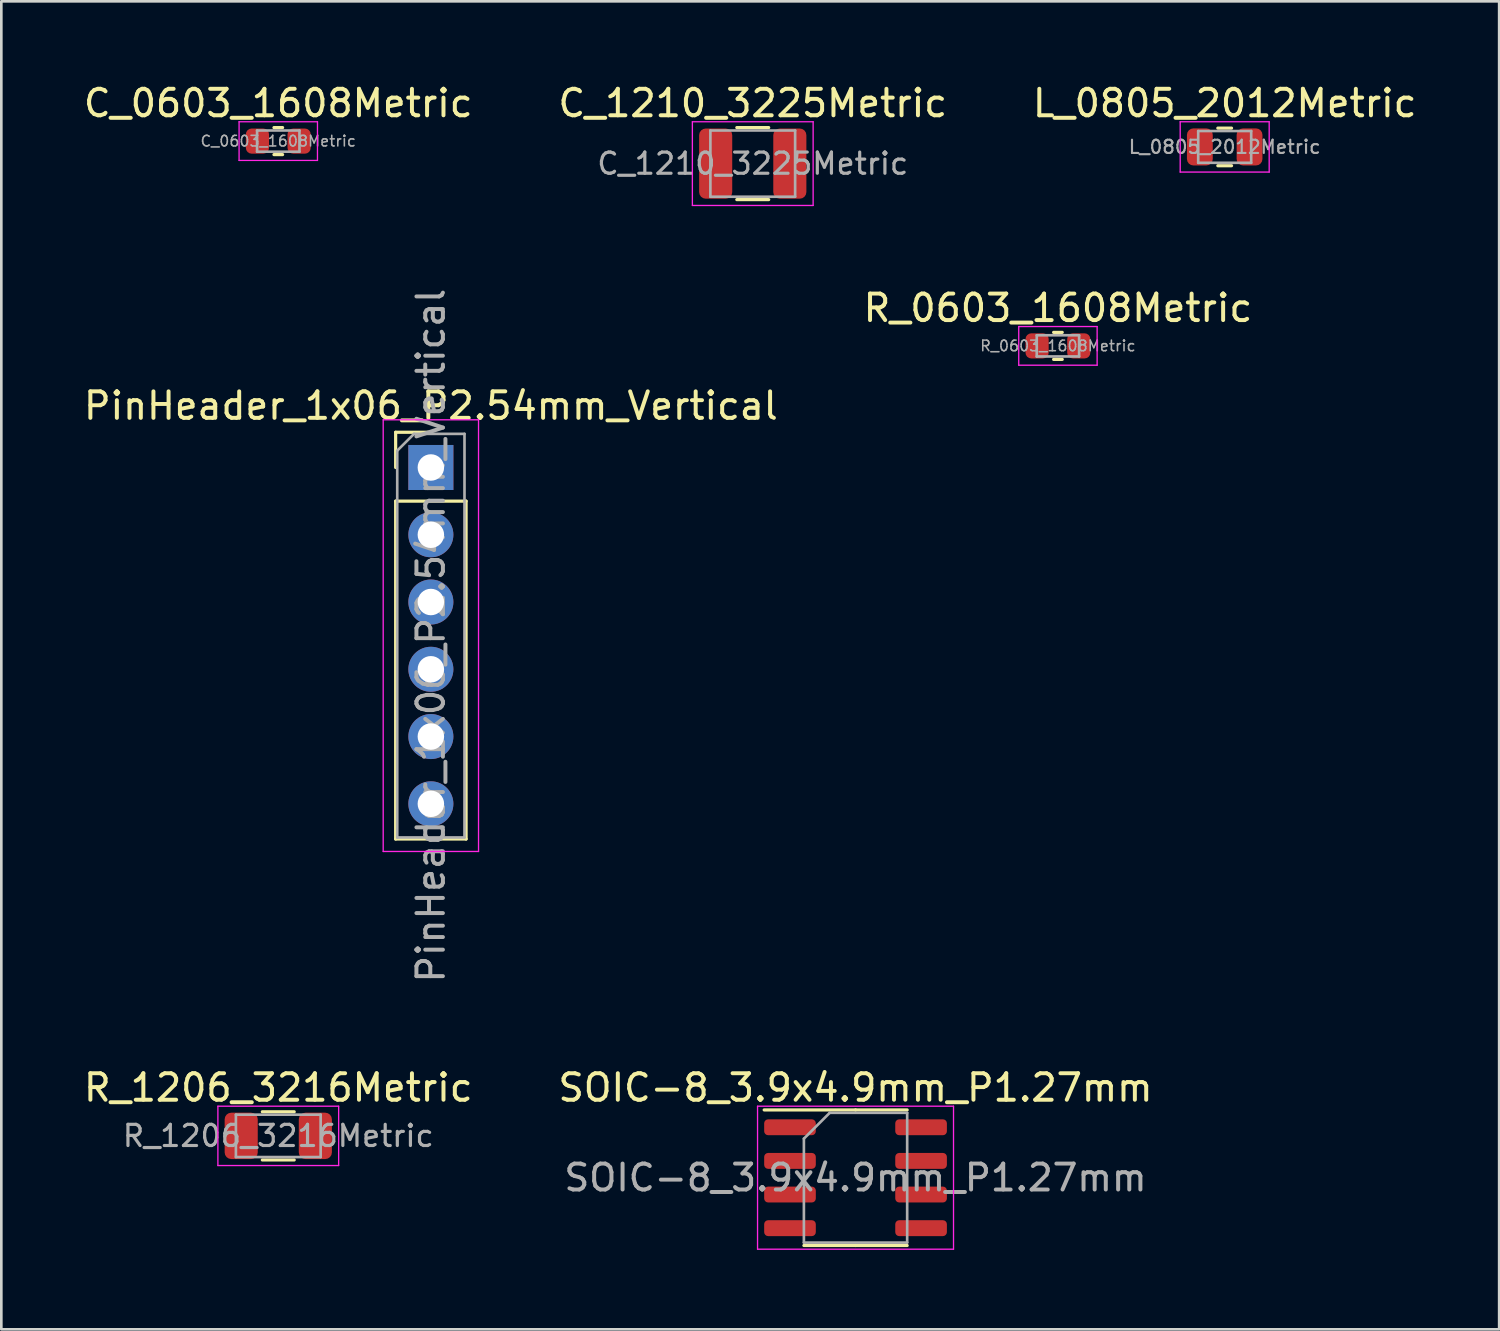
<source format=kicad_pcb>
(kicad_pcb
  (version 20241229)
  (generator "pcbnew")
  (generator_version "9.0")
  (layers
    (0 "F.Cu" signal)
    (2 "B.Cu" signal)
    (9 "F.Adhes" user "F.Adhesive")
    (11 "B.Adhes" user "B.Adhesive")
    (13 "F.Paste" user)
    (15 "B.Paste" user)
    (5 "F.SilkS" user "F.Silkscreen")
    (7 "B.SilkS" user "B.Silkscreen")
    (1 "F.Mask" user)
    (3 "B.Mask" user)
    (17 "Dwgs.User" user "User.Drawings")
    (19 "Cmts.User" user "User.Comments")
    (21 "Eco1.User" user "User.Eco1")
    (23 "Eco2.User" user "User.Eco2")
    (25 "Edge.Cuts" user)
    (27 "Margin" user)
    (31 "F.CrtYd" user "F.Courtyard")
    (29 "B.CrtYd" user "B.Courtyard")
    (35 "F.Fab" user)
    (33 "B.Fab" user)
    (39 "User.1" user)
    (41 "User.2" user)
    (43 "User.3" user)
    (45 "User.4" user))
  (footprint "PinHeader_1x06_P2.54mm_Vertical"
    (layer "F.Cu")
    (at 13.22 14.603)
    (property "Reference" "PinHeader_1x06_P2.54mm_Vertical" (at 0 -2.33 0) (layer "F.SilkS") (effects (font (size 1 1) (thickness 0.15))))
    (attr through_hole)
    (fp_line (start -1.33 -1.33) (end 0 -1.33) (stroke (width 0.12) (type solid)) (layer "F.SilkS"))
    (fp_line (start -1.33 0) (end -1.33 -1.33) (stroke (width 0.12) (type solid)) (layer "F.SilkS"))
    (fp_line (start -1.33 1.27) (end -1.33 14.03) (stroke (width 0.12) (type solid)) (layer "F.SilkS"))
    (fp_line (start -1.33 1.27) (end 1.33 1.27) (stroke (width 0.12) (type solid)) (layer "F.SilkS"))
    (fp_line (start -1.33 14.03) (end 1.33 14.03) (stroke (width 0.12) (type solid)) (layer "F.SilkS"))
    (fp_line (start 1.33 1.27) (end 1.33 14.03) (stroke (width 0.12) (type solid)) (layer "F.SilkS"))
    (fp_line (start -1.8 -1.8) (end -1.8 14.5) (stroke (width 0.05) (type solid)) (layer "F.CrtYd"))
    (fp_line (start -1.8 14.5) (end 1.8 14.5) (stroke (width 0.05) (type solid)) (layer "F.CrtYd"))
    (fp_line (start 1.8 -1.8) (end -1.8 -1.8) (stroke (width 0.05) (type solid)) (layer "F.CrtYd"))
    (fp_line (start 1.8 14.5) (end 1.8 -1.8) (stroke (width 0.05) (type solid)) (layer "F.CrtYd"))
    (fp_line (start -1.27 -0.635) (end -0.635 -1.27) (stroke (width 0.1) (type solid)) (layer "F.Fab"))
    (fp_line (start -1.27 13.97) (end -1.27 -0.635) (stroke (width 0.1) (type solid)) (layer "F.Fab"))
    (fp_line (start -0.635 -1.27) (end 1.27 -1.27) (stroke (width 0.1) (type solid)) (layer "F.Fab"))
    (fp_line (start 1.27 -1.27) (end 1.27 13.97) (stroke (width 0.1) (type solid)) (layer "F.Fab"))
    (fp_line (start 1.27 13.97) (end -1.27 13.97) (stroke (width 0.1) (type solid)) (layer "F.Fab"))
    (fp_text user "${REFERENCE}" (at 0 6.35 90) (layer "F.Fab") (effects (font (size 1 1) (thickness 0.15))))
    (pad "1" thru_hole rect (at 0 0 180) (size 1.7 1.7) (drill 1) (layers "*.Cu" "*.Mask"))
    (pad "2" thru_hole oval (at 0 2.54 180) (size 1.7 1.7) (drill 1) (layers "*.Cu" "*.Mask"))
    (pad "3" thru_hole oval (at 0 5.08 180) (size 1.7 1.7) (drill 1) (layers "*.Cu" "*.Mask"))
    (pad "4" thru_hole oval (at 0 7.62 180) (size 1.7 1.7) (drill 1) (layers "*.Cu" "*.Mask"))
    (pad "5" thru_hole oval (at 0 10.16 180) (size 1.7 1.7) (drill 1) (layers "*.Cu" "*.Mask"))
    (pad "6" thru_hole oval (at 0 12.7 180) (size 1.7 1.7) (drill 1) (layers "*.Cu" "*.Mask")))
  (footprint "SOIC-8_3.9x4.9mm_P1.27mm"
    (layer "F.Cu")
    (at 29.256 41.422)
    (property "Reference" "SOIC-8_3.9x4.9mm_P1.27mm" (at 0 -3.4 0) (layer "F.SilkS") (effects (font (size 1 1) (thickness 0.15))))
    (attr smd)
    (fp_line (start 0 -2.56) (end -3.45 -2.56) (stroke (width 0.12) (type solid)) (layer "F.SilkS"))
    (fp_line (start 0 -2.56) (end 1.95 -2.56) (stroke (width 0.12) (type solid)) (layer "F.SilkS"))
    (fp_line (start 0 2.56) (end -1.95 2.56) (stroke (width 0.12) (type solid)) (layer "F.SilkS"))
    (fp_line (start 0 2.56) (end 1.95 2.56) (stroke (width 0.12) (type solid)) (layer "F.SilkS"))
    (fp_line (start -3.7 -2.7) (end -3.7 2.7) (stroke (width 0.05) (type solid)) (layer "F.CrtYd"))
    (fp_line (start -3.7 2.7) (end 3.7 2.7) (stroke (width 0.05) (type solid)) (layer "F.CrtYd"))
    (fp_line (start 3.7 -2.7) (end -3.7 -2.7) (stroke (width 0.05) (type solid)) (layer "F.CrtYd"))
    (fp_line (start 3.7 2.7) (end 3.7 -2.7) (stroke (width 0.05) (type solid)) (layer "F.CrtYd"))
    (fp_line (start -1.95 -1.475) (end -0.975 -2.45) (stroke (width 0.1) (type solid)) (layer "F.Fab"))
    (fp_line (start -1.95 2.45) (end -1.95 -1.475) (stroke (width 0.1) (type solid)) (layer "F.Fab"))
    (fp_line (start -0.975 -2.45) (end 1.95 -2.45) (stroke (width 0.1) (type solid)) (layer "F.Fab"))
    (fp_line (start 1.95 -2.45) (end 1.95 2.45) (stroke (width 0.1) (type solid)) (layer "F.Fab"))
    (fp_line (start 1.95 2.45) (end -1.95 2.45) (stroke (width 0.1) (type solid)) (layer "F.Fab"))
    (fp_text user "${REFERENCE}" (at 0 0 0) (layer "F.Fab") (effects (font (size 0.98 0.98) (thickness 0.15))))
    (pad "1" smd roundrect (at -2.475 -1.905) (size 1.95 0.6) (layers "F.Cu" "F.Mask" "F.Paste") (roundrect_rratio 0.25))
    (pad "2" smd roundrect (at -2.475 -0.635) (size 1.95 0.6) (layers "F.Cu" "F.Mask" "F.Paste") (roundrect_rratio 0.25))
    (pad "3" smd roundrect (at -2.475 0.635) (size 1.95 0.6) (layers "F.Cu" "F.Mask" "F.Paste") (roundrect_rratio 0.25))
    (pad "4" smd roundrect (at -2.475 1.905) (size 1.95 0.6) (layers "F.Cu" "F.Mask" "F.Paste") (roundrect_rratio 0.25))
    (pad "5" smd roundrect (at 2.475 1.905) (size 1.95 0.6) (layers "F.Cu" "F.Mask" "F.Paste") (roundrect_rratio 0.25))
    (pad "6" smd roundrect (at 2.475 0.635) (size 1.95 0.6) (layers "F.Cu" "F.Mask" "F.Paste") (roundrect_rratio 0.25))
    (pad "7" smd roundrect (at 2.475 -0.635) (size 1.95 0.6) (layers "F.Cu" "F.Mask" "F.Paste") (roundrect_rratio 0.25))
    (pad "8" smd roundrect (at 2.475 -1.905) (size 1.95 0.6) (layers "F.Cu" "F.Mask" "F.Paste") (roundrect_rratio 0.25)))
  (footprint "C_0603_1608Metric"
    (layer "F.Cu")
    (at 7.458 2.278)
    (property "Reference" "C_0603_1608Metric" (at 0 -1.43 0) (layer "F.SilkS") (effects (font (size 1 1) (thickness 0.15))))
    (attr smd)
    (fp_line (start -0.163 -0.51) (end 0.163 -0.51) (stroke (width 0.12) (type solid)) (layer "F.SilkS"))
    (fp_line (start -0.163 0.51) (end 0.163 0.51) (stroke (width 0.12) (type solid)) (layer "F.SilkS"))
    (fp_line (start -1.48 -0.73) (end 1.48 -0.73) (stroke (width 0.05) (type solid)) (layer "F.CrtYd"))
    (fp_line (start -1.48 0.73) (end -1.48 -0.73) (stroke (width 0.05) (type solid)) (layer "F.CrtYd"))
    (fp_line (start 1.48 -0.73) (end 1.48 0.73) (stroke (width 0.05) (type solid)) (layer "F.CrtYd"))
    (fp_line (start 1.48 0.73) (end -1.48 0.73) (stroke (width 0.05) (type solid)) (layer "F.CrtYd"))
    (fp_line (start -0.8 -0.4) (end 0.8 -0.4) (stroke (width 0.1) (type solid)) (layer "F.Fab"))
    (fp_line (start -0.8 0.4) (end -0.8 -0.4) (stroke (width 0.1) (type solid)) (layer "F.Fab"))
    (fp_line (start 0.8 -0.4) (end 0.8 0.4) (stroke (width 0.1) (type solid)) (layer "F.Fab"))
    (fp_line (start 0.8 0.4) (end -0.8 0.4) (stroke (width 0.1) (type solid)) (layer "F.Fab"))
    (fp_text user "${REFERENCE}" (at 0 0 0) (layer "F.Fab") (effects (font (size 0.4 0.4) (thickness 0.06))))
    (pad "1" smd roundrect (at -0.787 0) (size 0.875 0.95) (layers "F.Cu" "F.Mask" "F.Paste") (roundrect_rratio 0.25))
    (pad "2" smd roundrect (at 0.787 0) (size 0.875 0.95) (layers "F.Cu" "F.Mask" "F.Paste") (roundrect_rratio 0.25)))
  (footprint "C_1210_3225Metric"
    (layer "F.Cu")
    (at 25.375 3.128)
    (property "Reference" "C_1210_3225Metric" (at 0 -2.28 0) (layer "F.SilkS") (effects (font (size 1 1) (thickness 0.15))))
    (attr smd)
    (fp_line (start -0.602 -1.36) (end 0.602 -1.36) (stroke (width 0.12) (type solid)) (layer "F.SilkS"))
    (fp_line (start -0.602 1.36) (end 0.602 1.36) (stroke (width 0.12) (type solid)) (layer "F.SilkS"))
    (fp_line (start -2.28 -1.58) (end 2.28 -1.58) (stroke (width 0.05) (type solid)) (layer "F.CrtYd"))
    (fp_line (start -2.28 1.58) (end -2.28 -1.58) (stroke (width 0.05) (type solid)) (layer "F.CrtYd"))
    (fp_line (start 2.28 -1.58) (end 2.28 1.58) (stroke (width 0.05) (type solid)) (layer "F.CrtYd"))
    (fp_line (start 2.28 1.58) (end -2.28 1.58) (stroke (width 0.05) (type solid)) (layer "F.CrtYd"))
    (fp_line (start -1.6 -1.25) (end 1.6 -1.25) (stroke (width 0.1) (type solid)) (layer "F.Fab"))
    (fp_line (start -1.6 1.25) (end -1.6 -1.25) (stroke (width 0.1) (type solid)) (layer "F.Fab"))
    (fp_line (start 1.6 -1.25) (end 1.6 1.25) (stroke (width 0.1) (type solid)) (layer "F.Fab"))
    (fp_line (start 1.6 1.25) (end -1.6 1.25) (stroke (width 0.1) (type solid)) (layer "F.Fab"))
    (fp_text user "${REFERENCE}" (at 0 0 0) (layer "F.Fab") (effects (font (size 0.8 0.8) (thickness 0.12))))
    (pad "1" smd roundrect (at -1.4 0) (size 1.25 2.65) (layers "F.Cu" "F.Mask" "F.Paste") (roundrect_rratio 0.2))
    (pad "2" smd roundrect (at 1.4 0) (size 1.25 2.65) (layers "F.Cu" "F.Mask" "F.Paste") (roundrect_rratio 0.2)))
  (footprint "R_0603_1608Metric"
    (layer "F.Cu")
    (at 36.899 10.011)
    (property "Reference" "R_0603_1608Metric" (at 0 -1.43 0) (layer "F.SilkS") (effects (font (size 1 1) (thickness 0.15))))
    (attr smd)
    (fp_line (start -0.163 -0.51) (end 0.163 -0.51) (stroke (width 0.12) (type solid)) (layer "F.SilkS"))
    (fp_line (start -0.163 0.51) (end 0.163 0.51) (stroke (width 0.12) (type solid)) (layer "F.SilkS"))
    (fp_line (start -1.48 -0.73) (end 1.48 -0.73) (stroke (width 0.05) (type solid)) (layer "F.CrtYd"))
    (fp_line (start -1.48 0.73) (end -1.48 -0.73) (stroke (width 0.05) (type solid)) (layer "F.CrtYd"))
    (fp_line (start 1.48 -0.73) (end 1.48 0.73) (stroke (width 0.05) (type solid)) (layer "F.CrtYd"))
    (fp_line (start 1.48 0.73) (end -1.48 0.73) (stroke (width 0.05) (type solid)) (layer "F.CrtYd"))
    (fp_line (start -0.8 -0.4) (end 0.8 -0.4) (stroke (width 0.1) (type solid)) (layer "F.Fab"))
    (fp_line (start -0.8 0.4) (end -0.8 -0.4) (stroke (width 0.1) (type solid)) (layer "F.Fab"))
    (fp_line (start 0.8 -0.4) (end 0.8 0.4) (stroke (width 0.1) (type solid)) (layer "F.Fab"))
    (fp_line (start 0.8 0.4) (end -0.8 0.4) (stroke (width 0.1) (type solid)) (layer "F.Fab"))
    (fp_text user "${REFERENCE}" (at 0 0 0) (layer "F.Fab") (effects (font (size 0.4 0.4) (thickness 0.06))))
    (pad "1" smd roundrect (at -0.787 0) (size 0.875 0.95) (layers "F.Cu" "F.Mask" "F.Paste") (roundrect_rratio 0.25))
    (pad "2" smd roundrect (at 0.787 0) (size 0.875 0.95) (layers "F.Cu" "F.Mask" "F.Paste") (roundrect_rratio 0.25)))
  (footprint "R_1206_3216Metric"
    (layer "F.Cu")
    (at 7.458 39.842)
    (property "Reference" "R_1206_3216Metric" (at 0 -1.82 0) (layer "F.SilkS") (effects (font (size 1 1) (thickness 0.15))))
    (attr smd)
    (fp_line (start -0.602 -0.91) (end 0.602 -0.91) (stroke (width 0.12) (type solid)) (layer "F.SilkS"))
    (fp_line (start -0.602 0.91) (end 0.602 0.91) (stroke (width 0.12) (type solid)) (layer "F.SilkS"))
    (fp_line (start -2.28 -1.12) (end 2.28 -1.12) (stroke (width 0.05) (type solid)) (layer "F.CrtYd"))
    (fp_line (start -2.28 1.12) (end -2.28 -1.12) (stroke (width 0.05) (type solid)) (layer "F.CrtYd"))
    (fp_line (start 2.28 -1.12) (end 2.28 1.12) (stroke (width 0.05) (type solid)) (layer "F.CrtYd"))
    (fp_line (start 2.28 1.12) (end -2.28 1.12) (stroke (width 0.05) (type solid)) (layer "F.CrtYd"))
    (fp_line (start -1.6 -0.8) (end 1.6 -0.8) (stroke (width 0.1) (type solid)) (layer "F.Fab"))
    (fp_line (start -1.6 0.8) (end -1.6 -0.8) (stroke (width 0.1) (type solid)) (layer "F.Fab"))
    (fp_line (start 1.6 -0.8) (end 1.6 0.8) (stroke (width 0.1) (type solid)) (layer "F.Fab"))
    (fp_line (start 1.6 0.8) (end -1.6 0.8) (stroke (width 0.1) (type solid)) (layer "F.Fab"))
    (fp_text user "${REFERENCE}" (at 0 0 0) (layer "F.Fab") (effects (font (size 0.8 0.8) (thickness 0.12))))
    (pad "1" smd roundrect (at -1.4 0) (size 1.25 1.75) (layers "F.Cu" "F.Mask" "F.Paste") (roundrect_rratio 0.2))
    (pad "2" smd roundrect (at 1.4 0) (size 1.25 1.75) (layers "F.Cu" "F.Mask" "F.Paste") (roundrect_rratio 0.2)))
  (footprint "L_0805_2012Metric"
    (layer "F.Cu")
    (at 43.196 2.498)
    (property "Reference" "L_0805_2012Metric" (at 0 -1.65 0) (layer "F.SilkS") (effects (font (size 1 1) (thickness 0.15))))
    (attr smd)
    (fp_line (start -0.259 -0.71) (end 0.259 -0.71) (stroke (width 0.12) (type solid)) (layer "F.SilkS"))
    (fp_line (start -0.259 0.71) (end 0.259 0.71) (stroke (width 0.12) (type solid)) (layer "F.SilkS"))
    (fp_line (start -1.68 -0.95) (end 1.68 -0.95) (stroke (width 0.05) (type solid)) (layer "F.CrtYd"))
    (fp_line (start -1.68 0.95) (end -1.68 -0.95) (stroke (width 0.05) (type solid)) (layer "F.CrtYd"))
    (fp_line (start 1.68 -0.95) (end 1.68 0.95) (stroke (width 0.05) (type solid)) (layer "F.CrtYd"))
    (fp_line (start 1.68 0.95) (end -1.68 0.95) (stroke (width 0.05) (type solid)) (layer "F.CrtYd"))
    (fp_line (start -1 -0.6) (end 1 -0.6) (stroke (width 0.1) (type solid)) (layer "F.Fab"))
    (fp_line (start -1 0.6) (end -1 -0.6) (stroke (width 0.1) (type solid)) (layer "F.Fab"))
    (fp_line (start 1 -0.6) (end 1 0.6) (stroke (width 0.1) (type solid)) (layer "F.Fab"))
    (fp_line (start 1 0.6) (end -1 0.6) (stroke (width 0.1) (type solid)) (layer "F.Fab"))
    (fp_text user "${REFERENCE}" (at 0 0 0) (layer "F.Fab") (effects (font (size 0.5 0.5) (thickness 0.08))))
    (pad "1" smd roundrect (at -0.938 0) (size 0.975 1.4) (layers "F.Cu" "F.Mask" "F.Paste") (roundrect_rratio 0.25))
    (pad "2" smd roundrect (at 0.938 0) (size 0.975 1.4) (layers "F.Cu" "F.Mask" "F.Paste") (roundrect_rratio 0.25)))
  (gr_rect
    (start -3 -3)
    (end 53.56 47.147)
    (stroke (width 0.1) (type default))
    (fill no)
    (layer "Edge.Cuts")))
</source>
